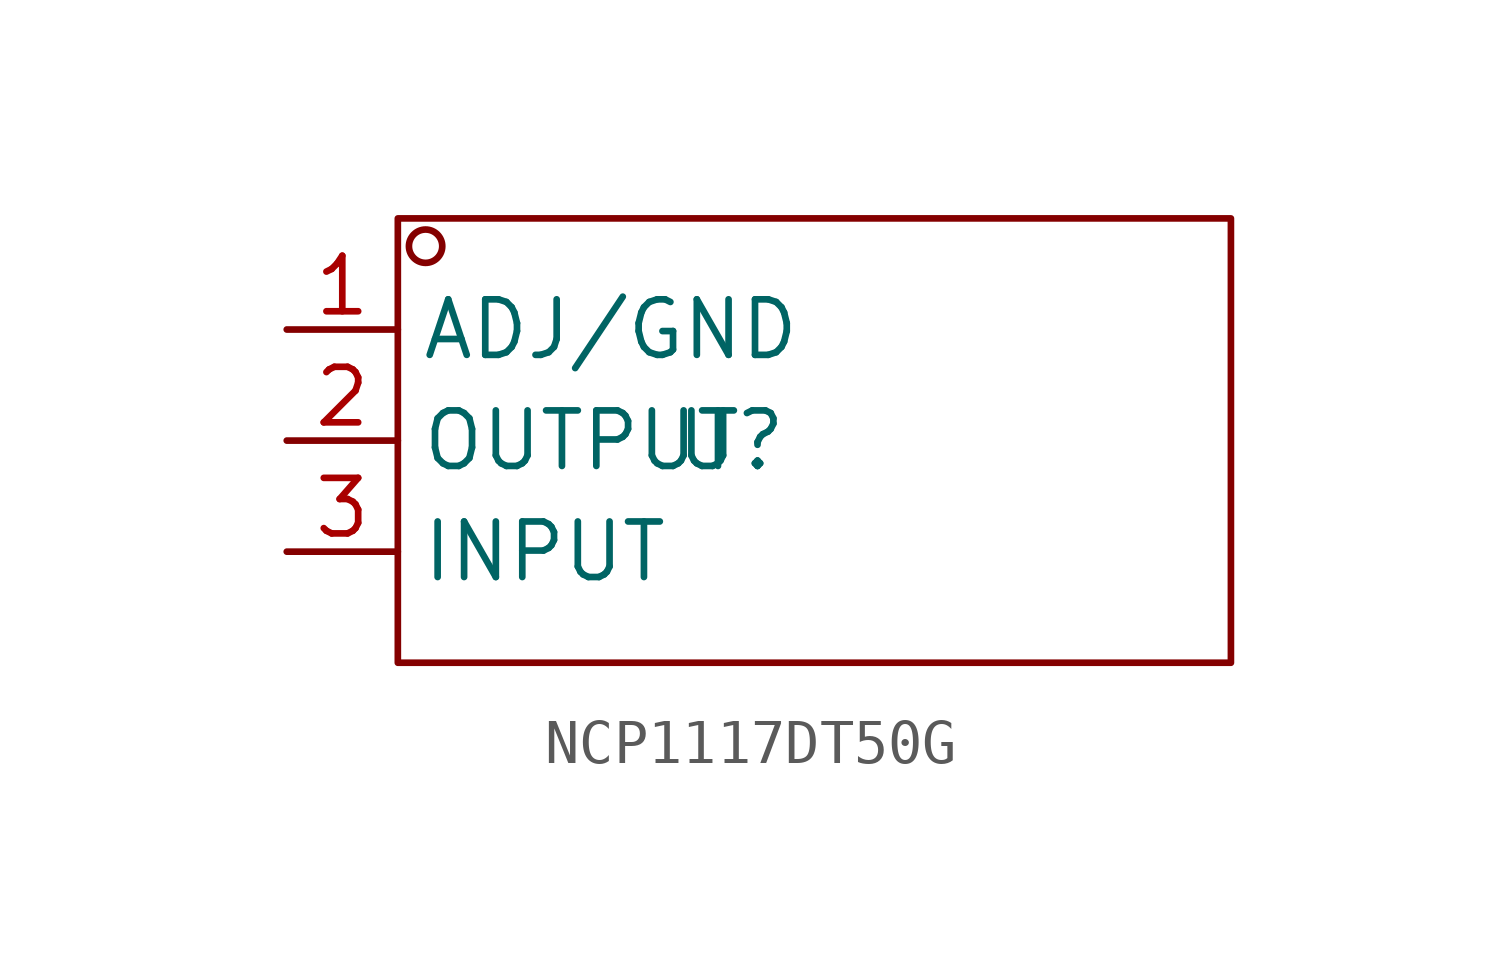
<source format=kicad_sym>
(kicad_symbol_lib
  (version 20231120)
  (generator "kicad_symbol_editor")
  (generator_version "8.0")
  (symbol "NCP1117DT50G"
    (property "Reference" "U"
      (at 0 0 0)
      (effects (font (size 1.27 1.27))))
    (property "Value" ""
      (at 0 0 0)
      (effects (font (size 1.27 1.27))))
    (symbol "NCP1117DT50G_1_0"
      (rectangle (start -7.62 -5.08) (end 11.43 5.08) (stroke (width 0) (type default)) (fill (type none)))
      (circle (center -6.985 4.445) (radius 0.381) (stroke (width 0) (type default)) (fill (type none)))
      (pin input line (at -10.16 2.54 0) (length 2.54) (name "ADJ/GND" (effects (font (size 1.27 1.27)))) (number "1" (effects (font (size 1.27 1.27)))))
      (pin input line (at -10.16 0 0) (length 2.54) (name "OUTPUT" (effects (font (size 1.27 1.27)))) (number "2" (effects (font (size 1.27 1.27)))))
      (pin input line (at -10.16 -2.54 0) (length 2.54) (name "INPUT" (effects (font (size 1.27 1.27)))) (number "3" (effects (font (size 1.27 1.27))))))))
</source>
